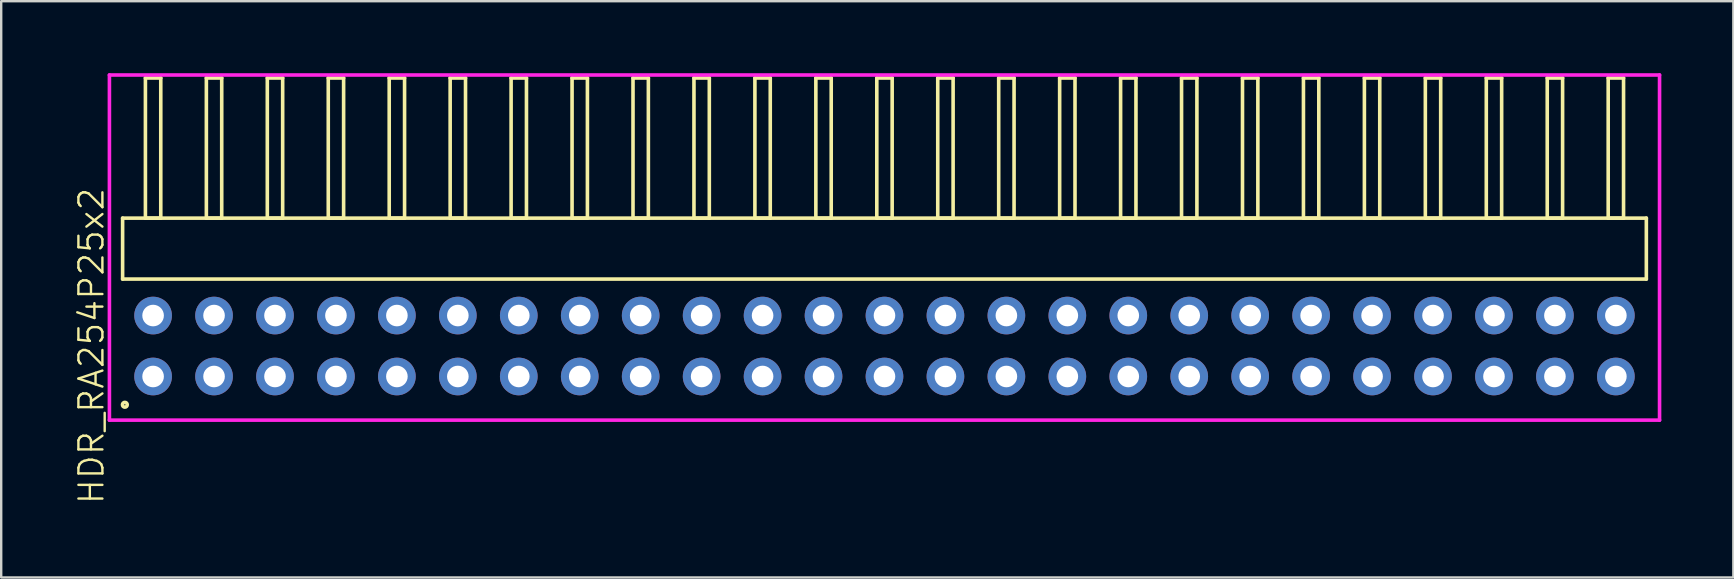
<source format=kicad_pcb>
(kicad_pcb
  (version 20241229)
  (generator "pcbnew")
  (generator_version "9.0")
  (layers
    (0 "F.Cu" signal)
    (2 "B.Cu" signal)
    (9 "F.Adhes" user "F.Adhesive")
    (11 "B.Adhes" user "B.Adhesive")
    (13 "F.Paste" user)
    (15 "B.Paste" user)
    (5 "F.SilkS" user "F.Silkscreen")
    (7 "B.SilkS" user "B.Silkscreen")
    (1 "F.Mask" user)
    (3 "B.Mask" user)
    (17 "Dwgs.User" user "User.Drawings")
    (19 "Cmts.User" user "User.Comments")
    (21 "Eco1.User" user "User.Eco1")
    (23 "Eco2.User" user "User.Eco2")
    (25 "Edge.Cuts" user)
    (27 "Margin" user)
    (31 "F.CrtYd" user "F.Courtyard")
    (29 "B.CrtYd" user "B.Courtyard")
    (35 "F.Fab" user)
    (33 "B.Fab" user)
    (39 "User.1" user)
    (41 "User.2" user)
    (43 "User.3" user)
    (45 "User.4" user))
  (footprint "HDR_RA254P25x2"
    (layer "F.Cu")
    (at 33.81 11.37)
    (property "Reference" "HDR_RA254P25x2" (at -33.05 0 90) (layer "F.SilkS") (effects (font (size 1 1) (thickness 0.1))))
    (attr through_hole)
    (fp_line (start -31.75 -5.33) (end -31.75 -2.79) (stroke (width 0.15) (type solid)) (layer "F.SilkS"))
    (fp_line (start -31.75 -2.79) (end 31.75 -2.79) (stroke (width 0.15) (type solid)) (layer "F.SilkS"))
    (fp_line (start -30.8 -11.17) (end -30.8 -5.33) (stroke (width 0.15) (type solid)) (layer "F.SilkS"))
    (fp_line (start -30.8 -5.33) (end -30.16 -5.33) (stroke (width 0.15) (type solid)) (layer "F.SilkS"))
    (fp_line (start -30.16 -11.17) (end -30.8 -11.17) (stroke (width 0.15) (type solid)) (layer "F.SilkS"))
    (fp_line (start -30.16 -5.33) (end -30.16 -11.17) (stroke (width 0.15) (type solid)) (layer "F.SilkS"))
    (fp_line (start -28.26 -11.17) (end -28.26 -5.33) (stroke (width 0.15) (type solid)) (layer "F.SilkS"))
    (fp_line (start -28.26 -5.33) (end -27.62 -5.33) (stroke (width 0.15) (type solid)) (layer "F.SilkS"))
    (fp_line (start -27.62 -11.17) (end -28.26 -11.17) (stroke (width 0.15) (type solid)) (layer "F.SilkS"))
    (fp_line (start -27.62 -5.33) (end -27.62 -11.17) (stroke (width 0.15) (type solid)) (layer "F.SilkS"))
    (fp_line (start -25.72 -11.17) (end -25.72 -5.33) (stroke (width 0.15) (type solid)) (layer "F.SilkS"))
    (fp_line (start -25.72 -5.33) (end -25.08 -5.33) (stroke (width 0.15) (type solid)) (layer "F.SilkS"))
    (fp_line (start -25.08 -11.17) (end -25.72 -11.17) (stroke (width 0.15) (type solid)) (layer "F.SilkS"))
    (fp_line (start -25.08 -5.33) (end -25.08 -11.17) (stroke (width 0.15) (type solid)) (layer "F.SilkS"))
    (fp_line (start -23.18 -11.17) (end -23.18 -5.33) (stroke (width 0.15) (type solid)) (layer "F.SilkS"))
    (fp_line (start -23.18 -5.33) (end -22.54 -5.33) (stroke (width 0.15) (type solid)) (layer "F.SilkS"))
    (fp_line (start -22.54 -11.17) (end -23.18 -11.17) (stroke (width 0.15) (type solid)) (layer "F.SilkS"))
    (fp_line (start -22.54 -5.33) (end -22.54 -11.17) (stroke (width 0.15) (type solid)) (layer "F.SilkS"))
    (fp_line (start -20.64 -11.17) (end -20.64 -5.33) (stroke (width 0.15) (type solid)) (layer "F.SilkS"))
    (fp_line (start -20.64 -5.33) (end -20 -5.33) (stroke (width 0.15) (type solid)) (layer "F.SilkS"))
    (fp_line (start -20 -11.17) (end -20.64 -11.17) (stroke (width 0.15) (type solid)) (layer "F.SilkS"))
    (fp_line (start -20 -5.33) (end -20 -11.17) (stroke (width 0.15) (type solid)) (layer "F.SilkS"))
    (fp_line (start -18.1 -11.17) (end -18.1 -5.33) (stroke (width 0.15) (type solid)) (layer "F.SilkS"))
    (fp_line (start -18.1 -5.33) (end -17.46 -5.33) (stroke (width 0.15) (type solid)) (layer "F.SilkS"))
    (fp_line (start -17.46 -11.17) (end -18.1 -11.17) (stroke (width 0.15) (type solid)) (layer "F.SilkS"))
    (fp_line (start -17.46 -5.33) (end -17.46 -11.17) (stroke (width 0.15) (type solid)) (layer "F.SilkS"))
    (fp_line (start -15.56 -11.17) (end -15.56 -5.33) (stroke (width 0.15) (type solid)) (layer "F.SilkS"))
    (fp_line (start -15.56 -5.33) (end -14.92 -5.33) (stroke (width 0.15) (type solid)) (layer "F.SilkS"))
    (fp_line (start -14.92 -11.17) (end -15.56 -11.17) (stroke (width 0.15) (type solid)) (layer "F.SilkS"))
    (fp_line (start -14.92 -5.33) (end -14.92 -11.17) (stroke (width 0.15) (type solid)) (layer "F.SilkS"))
    (fp_line (start -13.02 -11.17) (end -13.02 -5.33) (stroke (width 0.15) (type solid)) (layer "F.SilkS"))
    (fp_line (start -13.02 -5.33) (end -12.38 -5.33) (stroke (width 0.15) (type solid)) (layer "F.SilkS"))
    (fp_line (start -12.38 -11.17) (end -13.02 -11.17) (stroke (width 0.15) (type solid)) (layer "F.SilkS"))
    (fp_line (start -12.38 -5.33) (end -12.38 -11.17) (stroke (width 0.15) (type solid)) (layer "F.SilkS"))
    (fp_line (start -10.48 -11.17) (end -10.48 -5.33) (stroke (width 0.15) (type solid)) (layer "F.SilkS"))
    (fp_line (start -10.48 -5.33) (end -9.84 -5.33) (stroke (width 0.15) (type solid)) (layer "F.SilkS"))
    (fp_line (start -9.84 -11.17) (end -10.48 -11.17) (stroke (width 0.15) (type solid)) (layer "F.SilkS"))
    (fp_line (start -9.84 -5.33) (end -9.84 -11.17) (stroke (width 0.15) (type solid)) (layer "F.SilkS"))
    (fp_line (start -7.94 -11.17) (end -7.94 -5.33) (stroke (width 0.15) (type solid)) (layer "F.SilkS"))
    (fp_line (start -7.94 -5.33) (end -7.3 -5.33) (stroke (width 0.15) (type solid)) (layer "F.SilkS"))
    (fp_line (start -7.3 -11.17) (end -7.94 -11.17) (stroke (width 0.15) (type solid)) (layer "F.SilkS"))
    (fp_line (start -7.3 -5.33) (end -7.3 -11.17) (stroke (width 0.15) (type solid)) (layer "F.SilkS"))
    (fp_line (start -5.4 -11.17) (end -5.4 -5.33) (stroke (width 0.15) (type solid)) (layer "F.SilkS"))
    (fp_line (start -5.4 -5.33) (end -4.76 -5.33) (stroke (width 0.15) (type solid)) (layer "F.SilkS"))
    (fp_line (start -4.76 -11.17) (end -5.4 -11.17) (stroke (width 0.15) (type solid)) (layer "F.SilkS"))
    (fp_line (start -4.76 -5.33) (end -4.76 -11.17) (stroke (width 0.15) (type solid)) (layer "F.SilkS"))
    (fp_line (start -2.86 -11.17) (end -2.86 -5.33) (stroke (width 0.15) (type solid)) (layer "F.SilkS"))
    (fp_line (start -2.86 -5.33) (end -2.22 -5.33) (stroke (width 0.15) (type solid)) (layer "F.SilkS"))
    (fp_line (start -2.22 -11.17) (end -2.86 -11.17) (stroke (width 0.15) (type solid)) (layer "F.SilkS"))
    (fp_line (start -2.22 -5.33) (end -2.22 -11.17) (stroke (width 0.15) (type solid)) (layer "F.SilkS"))
    (fp_line (start -0.32 -11.17) (end -0.32 -5.33) (stroke (width 0.15) (type solid)) (layer "F.SilkS"))
    (fp_line (start -0.32 -5.33) (end 0.32 -5.33) (stroke (width 0.15) (type solid)) (layer "F.SilkS"))
    (fp_line (start 0.32 -11.17) (end -0.32 -11.17) (stroke (width 0.15) (type solid)) (layer "F.SilkS"))
    (fp_line (start 0.32 -5.33) (end 0.32 -11.17) (stroke (width 0.15) (type solid)) (layer "F.SilkS"))
    (fp_line (start 2.22 -11.17) (end 2.22 -5.33) (stroke (width 0.15) (type solid)) (layer "F.SilkS"))
    (fp_line (start 2.22 -5.33) (end 2.86 -5.33) (stroke (width 0.15) (type solid)) (layer "F.SilkS"))
    (fp_line (start 2.86 -11.17) (end 2.22 -11.17) (stroke (width 0.15) (type solid)) (layer "F.SilkS"))
    (fp_line (start 2.86 -5.33) (end 2.86 -11.17) (stroke (width 0.15) (type solid)) (layer "F.SilkS"))
    (fp_line (start 4.76 -11.17) (end 4.76 -5.33) (stroke (width 0.15) (type solid)) (layer "F.SilkS"))
    (fp_line (start 4.76 -5.33) (end 5.4 -5.33) (stroke (width 0.15) (type solid)) (layer "F.SilkS"))
    (fp_line (start 5.4 -11.17) (end 4.76 -11.17) (stroke (width 0.15) (type solid)) (layer "F.SilkS"))
    (fp_line (start 5.4 -5.33) (end 5.4 -11.17) (stroke (width 0.15) (type solid)) (layer "F.SilkS"))
    (fp_line (start 7.3 -11.17) (end 7.3 -5.33) (stroke (width 0.15) (type solid)) (layer "F.SilkS"))
    (fp_line (start 7.3 -5.33) (end 7.94 -5.33) (stroke (width 0.15) (type solid)) (layer "F.SilkS"))
    (fp_line (start 7.94 -11.17) (end 7.3 -11.17) (stroke (width 0.15) (type solid)) (layer "F.SilkS"))
    (fp_line (start 7.94 -5.33) (end 7.94 -11.17) (stroke (width 0.15) (type solid)) (layer "F.SilkS"))
    (fp_line (start 9.84 -11.17) (end 9.84 -5.33) (stroke (width 0.15) (type solid)) (layer "F.SilkS"))
    (fp_line (start 9.84 -5.33) (end 10.48 -5.33) (stroke (width 0.15) (type solid)) (layer "F.SilkS"))
    (fp_line (start 10.48 -11.17) (end 9.84 -11.17) (stroke (width 0.15) (type solid)) (layer "F.SilkS"))
    (fp_line (start 10.48 -5.33) (end 10.48 -11.17) (stroke (width 0.15) (type solid)) (layer "F.SilkS"))
    (fp_line (start 12.38 -11.17) (end 12.38 -5.33) (stroke (width 0.15) (type solid)) (layer "F.SilkS"))
    (fp_line (start 12.38 -5.33) (end 13.02 -5.33) (stroke (width 0.15) (type solid)) (layer "F.SilkS"))
    (fp_line (start 13.02 -11.17) (end 12.38 -11.17) (stroke (width 0.15) (type solid)) (layer "F.SilkS"))
    (fp_line (start 13.02 -5.33) (end 13.02 -11.17) (stroke (width 0.15) (type solid)) (layer "F.SilkS"))
    (fp_line (start 14.92 -11.17) (end 14.92 -5.33) (stroke (width 0.15) (type solid)) (layer "F.SilkS"))
    (fp_line (start 14.92 -5.33) (end 15.56 -5.33) (stroke (width 0.15) (type solid)) (layer "F.SilkS"))
    (fp_line (start 15.56 -11.17) (end 14.92 -11.17) (stroke (width 0.15) (type solid)) (layer "F.SilkS"))
    (fp_line (start 15.56 -5.33) (end 15.56 -11.17) (stroke (width 0.15) (type solid)) (layer "F.SilkS"))
    (fp_line (start 17.46 -11.17) (end 17.46 -5.33) (stroke (width 0.15) (type solid)) (layer "F.SilkS"))
    (fp_line (start 17.46 -5.33) (end 18.1 -5.33) (stroke (width 0.15) (type solid)) (layer "F.SilkS"))
    (fp_line (start 18.1 -11.17) (end 17.46 -11.17) (stroke (width 0.15) (type solid)) (layer "F.SilkS"))
    (fp_line (start 18.1 -5.33) (end 18.1 -11.17) (stroke (width 0.15) (type solid)) (layer "F.SilkS"))
    (fp_line (start 20 -11.17) (end 20 -5.33) (stroke (width 0.15) (type solid)) (layer "F.SilkS"))
    (fp_line (start 20 -5.33) (end 20.64 -5.33) (stroke (width 0.15) (type solid)) (layer "F.SilkS"))
    (fp_line (start 20.64 -11.17) (end 20 -11.17) (stroke (width 0.15) (type solid)) (layer "F.SilkS"))
    (fp_line (start 20.64 -5.33) (end 20.64 -11.17) (stroke (width 0.15) (type solid)) (layer "F.SilkS"))
    (fp_line (start 22.54 -11.17) (end 22.54 -5.33) (stroke (width 0.15) (type solid)) (layer "F.SilkS"))
    (fp_line (start 22.54 -5.33) (end 23.18 -5.33) (stroke (width 0.15) (type solid)) (layer "F.SilkS"))
    (fp_line (start 23.18 -11.17) (end 22.54 -11.17) (stroke (width 0.15) (type solid)) (layer "F.SilkS"))
    (fp_line (start 23.18 -5.33) (end 23.18 -11.17) (stroke (width 0.15) (type solid)) (layer "F.SilkS"))
    (fp_line (start 25.08 -11.17) (end 25.08 -5.33) (stroke (width 0.15) (type solid)) (layer "F.SilkS"))
    (fp_line (start 25.08 -5.33) (end 25.72 -5.33) (stroke (width 0.15) (type solid)) (layer "F.SilkS"))
    (fp_line (start 25.72 -11.17) (end 25.08 -11.17) (stroke (width 0.15) (type solid)) (layer "F.SilkS"))
    (fp_line (start 25.72 -5.33) (end 25.72 -11.17) (stroke (width 0.15) (type solid)) (layer "F.SilkS"))
    (fp_line (start 27.62 -11.17) (end 27.62 -5.33) (stroke (width 0.15) (type solid)) (layer "F.SilkS"))
    (fp_line (start 27.62 -5.33) (end 28.26 -5.33) (stroke (width 0.15) (type solid)) (layer "F.SilkS"))
    (fp_line (start 28.26 -11.17) (end 27.62 -11.17) (stroke (width 0.15) (type solid)) (layer "F.SilkS"))
    (fp_line (start 28.26 -5.33) (end 28.26 -11.17) (stroke (width 0.15) (type solid)) (layer "F.SilkS"))
    (fp_line (start 30.16 -11.17) (end 30.16 -5.33) (stroke (width 0.15) (type solid)) (layer "F.SilkS"))
    (fp_line (start 30.16 -5.33) (end 30.8 -5.33) (stroke (width 0.15) (type solid)) (layer "F.SilkS"))
    (fp_line (start 30.8 -11.17) (end 30.16 -11.17) (stroke (width 0.15) (type solid)) (layer "F.SilkS"))
    (fp_line (start 30.8 -5.33) (end 30.8 -11.17) (stroke (width 0.15) (type solid)) (layer "F.SilkS"))
    (fp_line (start 31.75 -5.33) (end -31.75 -5.33) (stroke (width 0.15) (type solid)) (layer "F.SilkS"))
    (fp_line (start 31.75 -2.79) (end 31.75 -5.33) (stroke (width 0.15) (type solid)) (layer "F.SilkS"))
    (fp_circle (center -31.657 2.448) (end -31.557 2.448) (stroke (width 0.15) (type solid)) (fill no) (layer "F.SilkS"))
    (fp_line (start -32.3 -11.295) (end -32.3 3.09) (stroke (width 0.15) (type solid)) (layer "F.CrtYd"))
    (fp_line (start -32.3 3.09) (end 32.3 3.09) (stroke (width 0.15) (type solid)) (layer "F.CrtYd"))
    (fp_line (start 32.3 -11.295) (end -32.3 -11.295) (stroke (width 0.15) (type solid)) (layer "F.CrtYd"))
    (fp_line (start 32.3 3.09) (end 32.3 -11.295) (stroke (width 0.15) (type solid)) (layer "F.CrtYd"))
    (pad "1" thru_hole oval (at -30.48 1.27) (size 1.57 1.57) (drill 0.9) (layers "*.Cu" "*.Mask"))
    (pad "2" thru_hole oval (at -30.48 -1.27) (size 1.57 1.57) (drill 0.9) (layers "*.Cu" "*.Mask"))
    (pad "3" thru_hole oval (at -27.94 1.27) (size 1.57 1.57) (drill 0.9) (layers "*.Cu" "*.Mask"))
    (pad "4" thru_hole oval (at -27.94 -1.27) (size 1.57 1.57) (drill 0.9) (layers "*.Cu" "*.Mask"))
    (pad "5" thru_hole oval (at -25.4 1.27) (size 1.57 1.57) (drill 0.9) (layers "*.Cu" "*.Mask"))
    (pad "6" thru_hole oval (at -25.4 -1.27) (size 1.57 1.57) (drill 0.9) (layers "*.Cu" "*.Mask"))
    (pad "7" thru_hole oval (at -22.86 1.27) (size 1.57 1.57) (drill 0.9) (layers "*.Cu" "*.Mask"))
    (pad "8" thru_hole oval (at -22.86 -1.27) (size 1.57 1.57) (drill 0.9) (layers "*.Cu" "*.Mask"))
    (pad "9" thru_hole oval (at -20.32 1.27) (size 1.57 1.57) (drill 0.9) (layers "*.Cu" "*.Mask"))
    (pad "10" thru_hole oval (at -20.32 -1.27) (size 1.57 1.57) (drill 0.9) (layers "*.Cu" "*.Mask"))
    (pad "11" thru_hole oval (at -17.78 1.27) (size 1.57 1.57) (drill 0.9) (layers "*.Cu" "*.Mask"))
    (pad "12" thru_hole oval (at -17.78 -1.27) (size 1.57 1.57) (drill 0.9) (layers "*.Cu" "*.Mask"))
    (pad "13" thru_hole oval (at -15.24 1.27) (size 1.57 1.57) (drill 0.9) (layers "*.Cu" "*.Mask"))
    (pad "14" thru_hole oval (at -15.24 -1.27) (size 1.57 1.57) (drill 0.9) (layers "*.Cu" "*.Mask"))
    (pad "15" thru_hole oval (at -12.7 1.27) (size 1.57 1.57) (drill 0.9) (layers "*.Cu" "*.Mask"))
    (pad "16" thru_hole oval (at -12.7 -1.27) (size 1.57 1.57) (drill 0.9) (layers "*.Cu" "*.Mask"))
    (pad "17" thru_hole oval (at -10.16 1.27) (size 1.57 1.57) (drill 0.9) (layers "*.Cu" "*.Mask"))
    (pad "18" thru_hole oval (at -10.16 -1.27) (size 1.57 1.57) (drill 0.9) (layers "*.Cu" "*.Mask"))
    (pad "19" thru_hole oval (at -7.62 1.27) (size 1.57 1.57) (drill 0.9) (layers "*.Cu" "*.Mask"))
    (pad "20" thru_hole oval (at -7.62 -1.27) (size 1.57 1.57) (drill 0.9) (layers "*.Cu" "*.Mask"))
    (pad "21" thru_hole oval (at -5.08 1.27) (size 1.57 1.57) (drill 0.9) (layers "*.Cu" "*.Mask"))
    (pad "22" thru_hole oval (at -5.08 -1.27) (size 1.57 1.57) (drill 0.9) (layers "*.Cu" "*.Mask"))
    (pad "23" thru_hole oval (at -2.54 1.27) (size 1.57 1.57) (drill 0.9) (layers "*.Cu" "*.Mask"))
    (pad "24" thru_hole oval (at -2.54 -1.27) (size 1.57 1.57) (drill 0.9) (layers "*.Cu" "*.Mask"))
    (pad "25" thru_hole oval (at 0 1.27) (size 1.57 1.57) (drill 0.9) (layers "*.Cu" "*.Mask"))
    (pad "26" thru_hole oval (at 0 -1.27) (size 1.57 1.57) (drill 0.9) (layers "*.Cu" "*.Mask"))
    (pad "27" thru_hole oval (at 2.54 1.27) (size 1.57 1.57) (drill 0.9) (layers "*.Cu" "*.Mask"))
    (pad "28" thru_hole oval (at 2.54 -1.27) (size 1.57 1.57) (drill 0.9) (layers "*.Cu" "*.Mask"))
    (pad "29" thru_hole oval (at 5.08 1.27) (size 1.57 1.57) (drill 0.9) (layers "*.Cu" "*.Mask"))
    (pad "30" thru_hole oval (at 5.08 -1.27) (size 1.57 1.57) (drill 0.9) (layers "*.Cu" "*.Mask"))
    (pad "31" thru_hole oval (at 7.62 1.27) (size 1.57 1.57) (drill 0.9) (layers "*.Cu" "*.Mask"))
    (pad "32" thru_hole oval (at 7.62 -1.27) (size 1.57 1.57) (drill 0.9) (layers "*.Cu" "*.Mask"))
    (pad "33" thru_hole oval (at 10.16 1.27) (size 1.57 1.57) (drill 0.9) (layers "*.Cu" "*.Mask"))
    (pad "34" thru_hole oval (at 10.16 -1.27) (size 1.57 1.57) (drill 0.9) (layers "*.Cu" "*.Mask"))
    (pad "35" thru_hole oval (at 12.7 1.27) (size 1.57 1.57) (drill 0.9) (layers "*.Cu" "*.Mask"))
    (pad "36" thru_hole oval (at 12.7 -1.27) (size 1.57 1.57) (drill 0.9) (layers "*.Cu" "*.Mask"))
    (pad "37" thru_hole oval (at 15.24 1.27) (size 1.57 1.57) (drill 0.9) (layers "*.Cu" "*.Mask"))
    (pad "38" thru_hole oval (at 15.24 -1.27) (size 1.57 1.57) (drill 0.9) (layers "*.Cu" "*.Mask"))
    (pad "39" thru_hole oval (at 17.78 1.27) (size 1.57 1.57) (drill 0.9) (layers "*.Cu" "*.Mask"))
    (pad "40" thru_hole oval (at 17.78 -1.27) (size 1.57 1.57) (drill 0.9) (layers "*.Cu" "*.Mask"))
    (pad "41" thru_hole oval (at 20.32 1.27) (size 1.57 1.57) (drill 0.9) (layers "*.Cu" "*.Mask"))
    (pad "42" thru_hole oval (at 20.32 -1.27) (size 1.57 1.57) (drill 0.9) (layers "*.Cu" "*.Mask"))
    (pad "43" thru_hole oval (at 22.86 1.27) (size 1.57 1.57) (drill 0.9) (layers "*.Cu" "*.Mask"))
    (pad "44" thru_hole oval (at 22.86 -1.27) (size 1.57 1.57) (drill 0.9) (layers "*.Cu" "*.Mask"))
    (pad "45" thru_hole oval (at 25.4 1.27) (size 1.57 1.57) (drill 0.9) (layers "*.Cu" "*.Mask"))
    (pad "46" thru_hole oval (at 25.4 -1.27) (size 1.57 1.57) (drill 0.9) (layers "*.Cu" "*.Mask"))
    (pad "47" thru_hole oval (at 27.94 1.27) (size 1.57 1.57) (drill 0.9) (layers "*.Cu" "*.Mask"))
    (pad "48" thru_hole oval (at 27.94 -1.27) (size 1.57 1.57) (drill 0.9) (layers "*.Cu" "*.Mask"))
    (pad "49" thru_hole oval (at 30.48 1.27) (size 1.57 1.57) (drill 0.9) (layers "*.Cu" "*.Mask"))
    (pad "50" thru_hole oval (at 30.48 -1.27) (size 1.57 1.57) (drill 0.9) (layers "*.Cu" "*.Mask")))
  (gr_rect
    (start -3 -3)
    (end 69.186 21.015)
    (stroke (width 0.1) (type default))
    (fill no)
    (layer "Edge.Cuts")))
</source>
